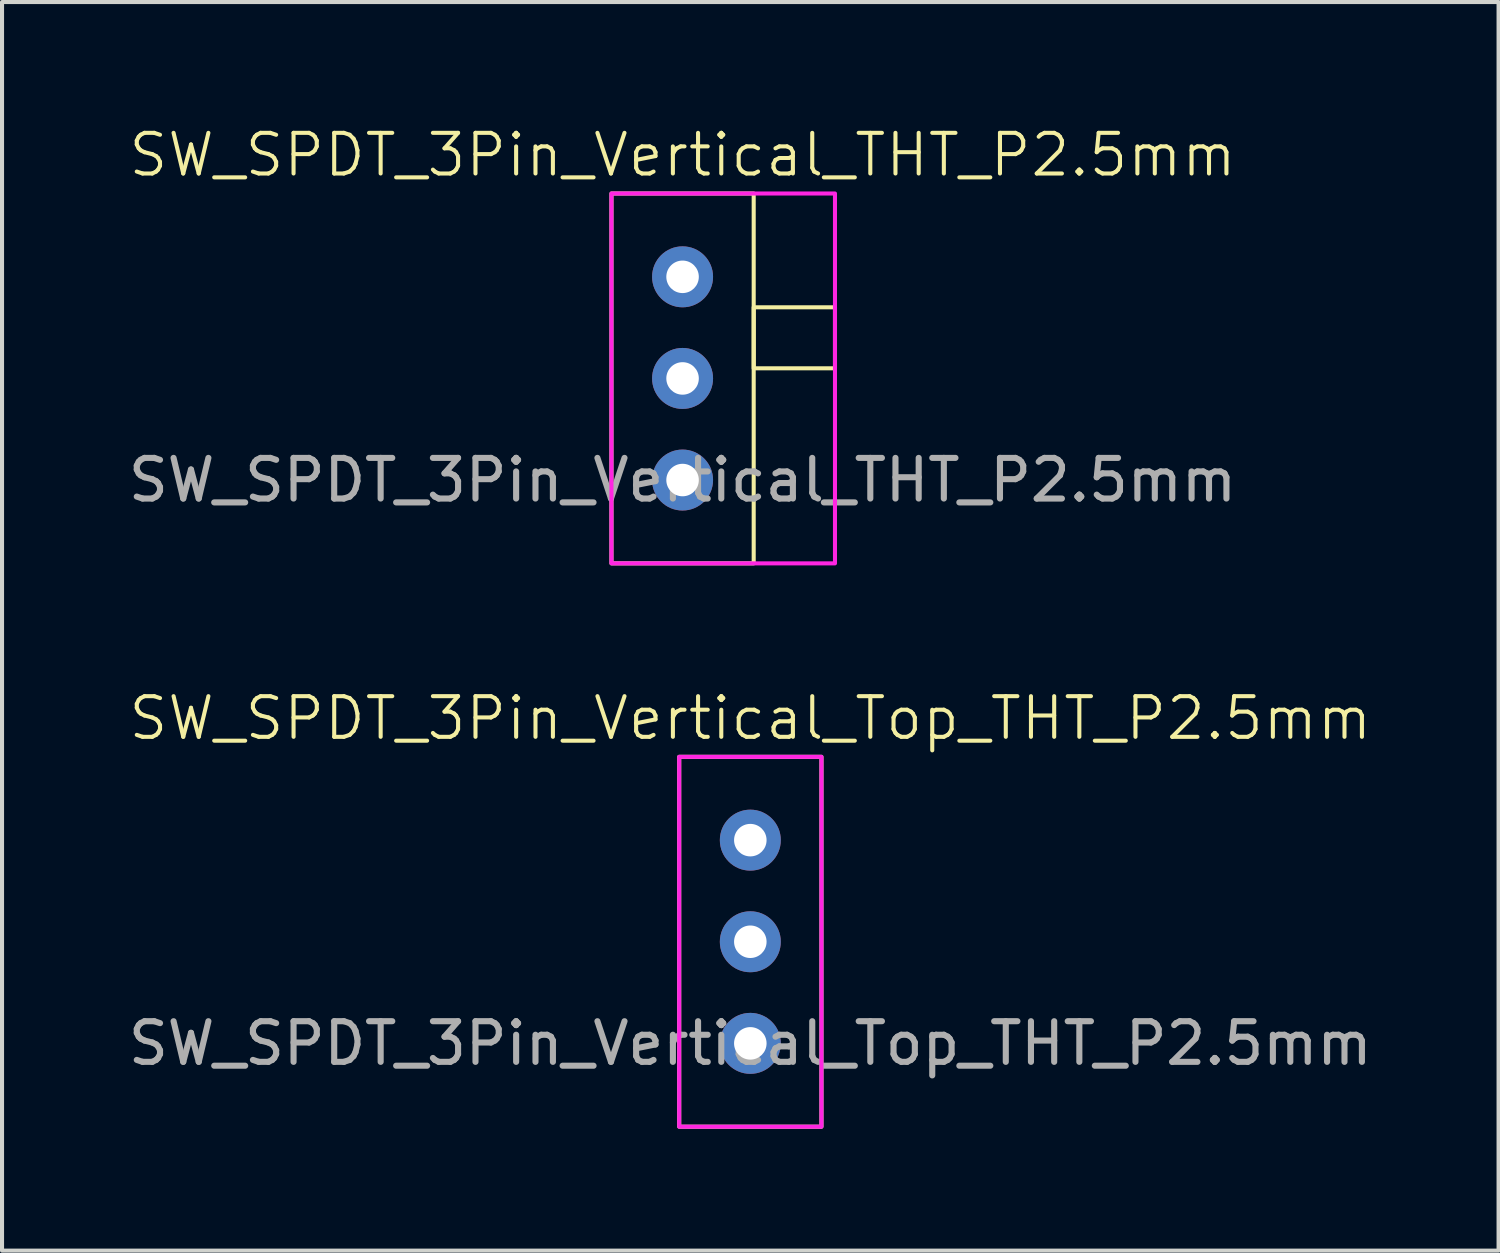
<source format=kicad_pcb>
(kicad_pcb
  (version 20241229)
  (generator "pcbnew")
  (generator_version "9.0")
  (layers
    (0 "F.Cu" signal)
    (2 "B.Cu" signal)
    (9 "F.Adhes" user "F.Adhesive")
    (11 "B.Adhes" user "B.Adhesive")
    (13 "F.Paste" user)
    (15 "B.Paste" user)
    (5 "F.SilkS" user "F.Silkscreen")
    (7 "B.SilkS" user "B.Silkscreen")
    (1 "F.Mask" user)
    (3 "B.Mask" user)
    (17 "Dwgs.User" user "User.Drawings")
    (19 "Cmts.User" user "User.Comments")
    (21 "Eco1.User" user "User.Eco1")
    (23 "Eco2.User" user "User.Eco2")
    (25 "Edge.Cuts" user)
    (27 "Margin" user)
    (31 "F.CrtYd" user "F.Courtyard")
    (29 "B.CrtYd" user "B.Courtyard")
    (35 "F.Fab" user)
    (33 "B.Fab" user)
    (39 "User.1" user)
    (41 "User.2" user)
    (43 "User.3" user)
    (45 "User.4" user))
  (footprint "SW_SPDT_3Pin_Vertical_Top_THT_P2.5mm"
    (layer "F.Cu")
    (at 15.411 20.121)
    (property "Reference" "SW_SPDT_3Pin_Vertical_Top_THT_P2.5mm" (at 0 -5.5 0) (unlocked yes) (layer "F.SilkS") (effects (font (size 1 1) (thickness 0.1))))
    (attr through_hole)
    (fp_rect (start -1.75 -4.55) (end 1.75 4.55) (stroke (width 0.1) (type default)) (fill no) (layer "F.SilkS"))
    (fp_rect (start -1.75 -4.55) (end 1.75 4.55) (stroke (width 0.1) (type default)) (fill no) (layer "F.CrtYd"))
    (fp_text user "${REFERENCE}" (at 0 2.5 0) (unlocked yes) (layer "F.Fab") (effects (font (size 1 1) (thickness 0.15))))
    (pad "1" thru_hole circle (at 0 -2.5) (size 1.5 1.5) (drill 0.8) (layers "*.Cu" "*.Mask"))
    (pad "2" thru_hole circle (at 0 0) (size 1.5 1.5) (drill 0.8) (layers "*.Cu" "*.Mask"))
    (pad "3" thru_hole circle (at 0 2.5) (size 1.5 1.5) (drill 0.8) (layers "*.Cu" "*.Mask")))
  (footprint "SW_SPDT_3Pin_Vertical_THT_P2.5mm"
    (layer "F.Cu")
    (at 13.744 6.261)
    (property "Reference" "SW_SPDT_3Pin_Vertical_THT_P2.5mm" (at 0 -5.5 0) (unlocked yes) (layer "F.SilkS") (effects (font (size 1 1) (thickness 0.1))))
    (attr through_hole)
    (fp_rect (start -1.75 -4.55) (end 1.75 4.55) (stroke (width 0.1) (type default)) (fill no) (layer "F.SilkS"))
    (fp_rect (start 1.75 -1.75) (end 3.75 -0.25) (stroke (width 0.1) (type default)) (fill no) (layer "F.SilkS"))
    (fp_rect (start -1.75 -4.55) (end 3.75 4.55) (stroke (width 0.1) (type default)) (fill no) (layer "F.CrtYd"))
    (fp_text user "${REFERENCE}" (at 0 2.5 0) (unlocked yes) (layer "F.Fab") (effects (font (size 1 1) (thickness 0.15))))
    (pad "1" thru_hole circle (at 0 -2.5) (size 1.5 1.5) (drill 0.8) (layers "*.Cu" "*.Mask"))
    (pad "2" thru_hole circle (at 0 0) (size 1.5 1.5) (drill 0.8) (layers "*.Cu" "*.Mask"))
    (pad "3" thru_hole circle (at 0 2.5) (size 1.5 1.5) (drill 0.8) (layers "*.Cu" "*.Mask")))
  (gr_rect
    (start -3 -3)
    (end 33.821 27.721)
    (stroke (width 0.1) (type default))
    (fill no)
    (layer "Edge.Cuts")))
</source>
